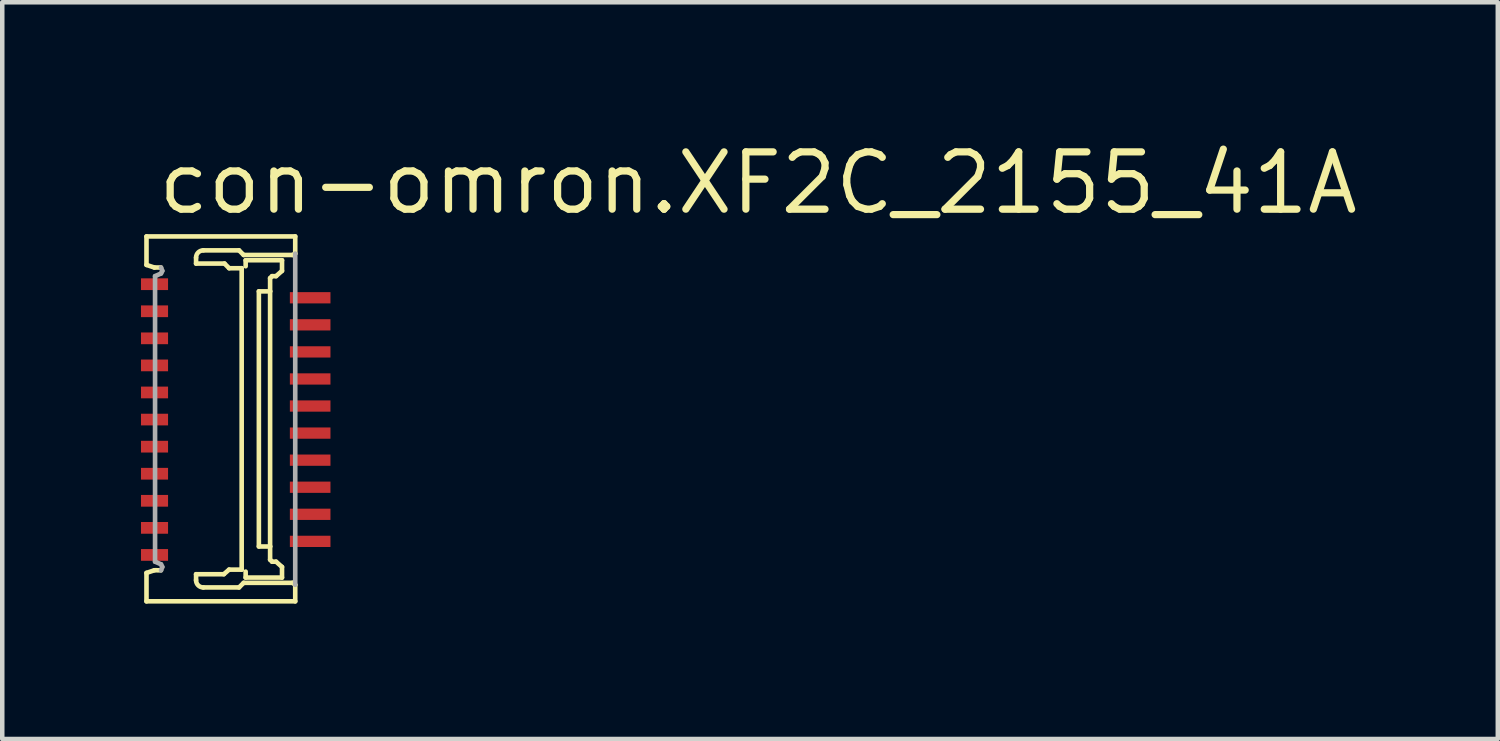
<source format=kicad_pcb>
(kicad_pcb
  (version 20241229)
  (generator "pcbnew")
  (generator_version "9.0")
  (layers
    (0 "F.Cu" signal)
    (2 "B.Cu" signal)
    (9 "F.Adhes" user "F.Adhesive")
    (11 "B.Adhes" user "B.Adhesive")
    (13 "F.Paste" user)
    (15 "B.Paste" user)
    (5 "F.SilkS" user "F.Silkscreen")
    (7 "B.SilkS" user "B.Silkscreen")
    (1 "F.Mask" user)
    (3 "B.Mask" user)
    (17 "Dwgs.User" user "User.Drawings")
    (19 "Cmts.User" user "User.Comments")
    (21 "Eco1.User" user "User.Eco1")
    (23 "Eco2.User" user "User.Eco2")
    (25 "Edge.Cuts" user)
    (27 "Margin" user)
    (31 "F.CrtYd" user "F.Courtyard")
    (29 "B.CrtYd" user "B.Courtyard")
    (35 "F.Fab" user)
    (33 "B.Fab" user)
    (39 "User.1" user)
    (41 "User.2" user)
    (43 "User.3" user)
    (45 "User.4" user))
  (footprint "con-omron.XF2C_2155_41A"
    (layer "F.Cu")
    (at 2.175 6.25)
    (property "Reference" "con-omron.XF2C_2155_41A" (at -1.8 -4.5 0) (layer "F.SilkS") (effects (font (size 1.27 1.27) (thickness 0.16)) (justify left bottom)))
    (attr smd)
    (fp_rect (start -2.15 -2.825) (end -1.45 -3.175) (stroke (width 0.05) (type default)) (fill yes) (layer "F.Mask"))
    (fp_rect (start -2.15 -2.225) (end -1.45 -2.575) (stroke (width 0.05) (type default)) (fill yes) (layer "F.Mask"))
    (fp_rect (start -2.15 -1.625) (end -1.45 -1.975) (stroke (width 0.05) (type default)) (fill yes) (layer "F.Mask"))
    (fp_rect (start -2.15 -1.025) (end -1.45 -1.375) (stroke (width 0.05) (type default)) (fill yes) (layer "F.Mask"))
    (fp_rect (start -2.15 -0.425) (end -1.45 -0.775) (stroke (width 0.05) (type default)) (fill yes) (layer "F.Mask"))
    (fp_rect (start -2.15 0.175) (end -1.45 -0.175) (stroke (width 0.05) (type default)) (fill yes) (layer "F.Mask"))
    (fp_rect (start -2.15 0.775) (end -1.45 0.425) (stroke (width 0.05) (type default)) (fill yes) (layer "F.Mask"))
    (fp_rect (start -2.15 1.375) (end -1.45 1.025) (stroke (width 0.05) (type default)) (fill yes) (layer "F.Mask"))
    (fp_rect (start -2.15 1.975) (end -1.45 1.625) (stroke (width 0.05) (type default)) (fill yes) (layer "F.Mask"))
    (fp_rect (start -2.15 2.575) (end -1.45 2.225) (stroke (width 0.05) (type default)) (fill yes) (layer "F.Mask"))
    (fp_rect (start -2.15 3.175) (end -1.45 2.825) (stroke (width 0.05) (type default)) (fill yes) (layer "F.Mask"))
    (fp_rect (start 1.15 -2.525) (end 2.15 -2.875) (stroke (width 0.05) (type default)) (fill yes) (layer "F.Mask"))
    (fp_rect (start 1.15 -1.925) (end 2.15 -2.275) (stroke (width 0.05) (type default)) (fill yes) (layer "F.Mask"))
    (fp_rect (start 1.15 -1.325) (end 2.15 -1.675) (stroke (width 0.05) (type default)) (fill yes) (layer "F.Mask"))
    (fp_rect (start 1.15 -0.725) (end 2.15 -1.075) (stroke (width 0.05) (type default)) (fill yes) (layer "F.Mask"))
    (fp_rect (start 1.15 -0.125) (end 2.15 -0.475) (stroke (width 0.05) (type default)) (fill yes) (layer "F.Mask"))
    (fp_rect (start 1.15 0.475) (end 2.15 0.125) (stroke (width 0.05) (type default)) (fill yes) (layer "F.Mask"))
    (fp_rect (start 1.15 1.075) (end 2.15 0.725) (stroke (width 0.05) (type default)) (fill yes) (layer "F.Mask"))
    (fp_rect (start 1.15 1.675) (end 2.15 1.325) (stroke (width 0.05) (type default)) (fill yes) (layer "F.Mask"))
    (fp_rect (start 1.15 2.275) (end 2.15 1.925) (stroke (width 0.05) (type default)) (fill yes) (layer "F.Mask"))
    (fp_rect (start 1.15 2.875) (end 2.15 2.525) (stroke (width 0.05) (type default)) (fill yes) (layer "F.Mask"))
    (fp_line (start -1.978 -4.059) (end 1.319 -4.059) (stroke (width 0.102) (type default)) (layer "F.SilkS"))
    (fp_line (start -1.978 -3.428) (end -1.978 -4.059) (stroke (width 0.102) (type default)) (layer "F.SilkS"))
    (fp_line (start -1.978 3.399) (end -1.803 3.34) (stroke (width 0.102) (type default)) (layer "F.SilkS"))
    (fp_line (start -1.978 4.029) (end -1.978 3.399) (stroke (width 0.102) (type default)) (layer "F.SilkS"))
    (fp_line (start -1.803 -3.37) (end -1.978 -3.428) (stroke (width 0.102) (type default)) (layer "F.SilkS"))
    (fp_line (start -1.803 3.34) (end -1.656 3.341) (stroke (width 0.102) (type default)) (layer "F.SilkS"))
    (fp_line (start -1.656 -3.37) (end -1.803 -3.37) (stroke (width 0.102) (type default)) (layer "F.SilkS"))
    (fp_line (start -0.879 -3.59) (end -0.879 -3.458) (stroke (width 0.102) (type default)) (layer "F.SilkS"))
    (fp_line (start -0.879 -3.458) (end -0.249 -3.458) (stroke (width 0.102) (type default)) (layer "F.SilkS"))
    (fp_line (start -0.879 3.428) (end -0.879 3.56) (stroke (width 0.102) (type default)) (layer "F.SilkS"))
    (fp_line (start -0.718 3.721) (end 0.073 3.721) (stroke (width 0.102) (type default)) (layer "F.SilkS"))
    (fp_line (start -0.264 3.428) (end -0.879 3.428) (stroke (width 0.102) (type default)) (layer "F.SilkS"))
    (fp_line (start -0.249 -3.458) (end -0.146 -3.355) (stroke (width 0.102) (type default)) (layer "F.SilkS"))
    (fp_line (start -0.147 3.326) (end -0.264 3.428) (stroke (width 0.102) (type default)) (layer "F.SilkS"))
    (fp_line (start -0.146 -3.355) (end 0.132 -3.355) (stroke (width 0.102) (type default)) (layer "F.SilkS"))
    (fp_line (start 0.073 3.721) (end 0.176 3.619) (stroke (width 0.102) (type default)) (layer "F.SilkS"))
    (fp_line (start 0.073 -3.751) (end -0.718 -3.751) (stroke (width 0.102) (type default)) (layer "F.SilkS"))
    (fp_line (start 0.132 -3.355) (end 0.132 3.326) (stroke (width 0.102) (type default)) (layer "F.SilkS"))
    (fp_line (start 0.132 3.326) (end -0.147 3.326) (stroke (width 0.102) (type default)) (layer "F.SilkS"))
    (fp_line (start 0.176 -3.648) (end 0.073 -3.751) (stroke (width 0.102) (type default)) (layer "F.SilkS"))
    (fp_line (start 0.176 3.619) (end 1.26 3.619) (stroke (width 0.102) (type default)) (layer "F.SilkS"))
    (fp_line (start 0.22 -3.531) (end 0.22 -3.399) (stroke (width 0.102) (type default)) (layer "F.SilkS"))
    (fp_line (start 0.22 3.502) (end 0.22 3.37) (stroke (width 0.102) (type default)) (layer "F.SilkS"))
    (fp_line (start 0.513 -2.842) (end 0.762 -2.842) (stroke (width 0.102) (type default)) (layer "F.SilkS"))
    (fp_line (start 0.513 2.813) (end 0.513 -2.842) (stroke (width 0.102) (type default)) (layer "F.SilkS"))
    (fp_line (start 0.762 -3.135) (end 0.806 -3.179) (stroke (width 0.102) (type default)) (layer "F.SilkS"))
    (fp_line (start 0.762 -2.842) (end 0.762 -3.135) (stroke (width 0.102) (type default)) (layer "F.SilkS"))
    (fp_line (start 0.762 -2.842) (end 0.762 2.813) (stroke (width 0.102) (type default)) (layer "F.SilkS"))
    (fp_line (start 0.762 2.813) (end 0.513 2.813) (stroke (width 0.102) (type default)) (layer "F.SilkS"))
    (fp_line (start 0.762 3.106) (end 0.762 2.813) (stroke (width 0.102) (type default)) (layer "F.SilkS"))
    (fp_line (start 0.806 -3.179) (end 0.894 -3.179) (stroke (width 0.102) (type default)) (layer "F.SilkS"))
    (fp_line (start 0.806 3.15) (end 0.762 3.106) (stroke (width 0.102) (type default)) (layer "F.SilkS"))
    (fp_line (start 0.894 -3.179) (end 1.026 -3.296) (stroke (width 0.102) (type default)) (layer "F.SilkS"))
    (fp_line (start 0.894 3.15) (end 0.806 3.15) (stroke (width 0.102) (type default)) (layer "F.SilkS"))
    (fp_line (start 1.026 -3.531) (end 0.22 -3.531) (stroke (width 0.102) (type default)) (layer "F.SilkS"))
    (fp_line (start 1.026 -3.296) (end 1.026 -3.531) (stroke (width 0.102) (type default)) (layer "F.SilkS"))
    (fp_line (start 1.026 3.267) (end 0.894 3.15) (stroke (width 0.102) (type default)) (layer "F.SilkS"))
    (fp_line (start 1.026 3.502) (end 0.22 3.502) (stroke (width 0.102) (type default)) (layer "F.SilkS"))
    (fp_line (start 1.026 3.502) (end 1.026 3.267) (stroke (width 0.102) (type default)) (layer "F.SilkS"))
    (fp_line (start 1.26 -3.648) (end 0.176 -3.648) (stroke (width 0.102) (type default)) (layer "F.SilkS"))
    (fp_line (start 1.26 3.619) (end 1.319 3.663) (stroke (width 0.102) (type default)) (layer "F.SilkS"))
    (fp_line (start 1.319 -4.059) (end 1.319 -3.678) (stroke (width 0.102) (type default)) (layer "F.SilkS"))
    (fp_line (start 1.319 -3.678) (end 1.26 -3.648) (stroke (width 0.102) (type default)) (layer "F.SilkS"))
    (fp_line (start 1.319 3.663) (end 1.319 4.029) (stroke (width 0.102) (type default)) (layer "F.SilkS"))
    (fp_line (start 1.319 4.029) (end -1.978 4.029) (stroke (width 0.102) (type default)) (layer "F.SilkS"))
    (fp_arc (start -0.8793 -3.5896) (mid -0.832086 -3.703586) (end -0.7181 -3.7508) (stroke (width 0.1016) (type default)) (layer "F.SilkS"))
    (fp_arc (start -0.7181 3.7215) (mid -0.832086 3.674286) (end -0.8793 3.5603) (stroke (width 0.1016) (type default)) (layer "F.SilkS"))
    (fp_line (start -1.788 -3.179) (end -1.656 -3.238) (stroke (width 0.102) (type default)) (layer "F.Fab"))
    (fp_line (start -1.788 3.15) (end -1.788 -3.179) (stroke (width 0.102) (type default)) (layer "F.Fab"))
    (fp_line (start -1.656 3.208) (end -1.788 3.15) (stroke (width 0.102) (type default)) (layer "F.Fab"))
    (fp_line (start -1.656 3.341) (end -1.627 3.267) (stroke (width 0.102) (type default)) (layer "F.Fab"))
    (fp_line (start -1.656 -3.238) (end -1.627 -3.296) (stroke (width 0.102) (type default)) (layer "F.Fab"))
    (fp_line (start -1.627 -3.296) (end -1.656 -3.37) (stroke (width 0.102) (type default)) (layer "F.Fab"))
    (fp_line (start -1.627 3.267) (end -1.656 3.208) (stroke (width 0.102) (type default)) (layer "F.Fab"))
    (fp_line (start 1.319 -3.678) (end 1.319 3.663) (stroke (width 0.102) (type default)) (layer "F.Fab"))
    (pad "1" smd roundrect (at -1.8 -3 270) (size 0.26 0.6) (layers "F.Cu" "F.Mask" "F.Paste") (roundrect_rratio 0.01))
    (pad "2" smd roundrect (at 1.65 -2.7 270) (size 0.25 0.9) (layers "F.Cu" "F.Mask" "F.Paste") (roundrect_rratio 0.01))
    (pad "3" smd roundrect (at -1.8 -2.4 270) (size 0.26 0.6) (layers "F.Cu" "F.Mask" "F.Paste") (roundrect_rratio 0.01))
    (pad "4" smd roundrect (at 1.65 -2.1 270) (size 0.25 0.9) (layers "F.Cu" "F.Mask" "F.Paste") (roundrect_rratio 0.01))
    (pad "5" smd roundrect (at -1.8 -1.8 270) (size 0.26 0.6) (layers "F.Cu" "F.Mask" "F.Paste") (roundrect_rratio 0.01))
    (pad "6" smd roundrect (at 1.65 -1.5 270) (size 0.25 0.9) (layers "F.Cu" "F.Mask" "F.Paste") (roundrect_rratio 0.01))
    (pad "7" smd roundrect (at -1.8 -1.2 270) (size 0.26 0.6) (layers "F.Cu" "F.Mask" "F.Paste") (roundrect_rratio 0.01))
    (pad "8" smd roundrect (at 1.65 -0.9 270) (size 0.25 0.9) (layers "F.Cu" "F.Mask" "F.Paste") (roundrect_rratio 0.01))
    (pad "9" smd roundrect (at -1.8 -0.6 270) (size 0.26 0.6) (layers "F.Cu" "F.Mask" "F.Paste") (roundrect_rratio 0.01))
    (pad "10" smd roundrect (at 1.65 -0.3 270) (size 0.25 0.9) (layers "F.Cu" "F.Mask" "F.Paste") (roundrect_rratio 0.01))
    (pad "11" smd roundrect (at -1.8 0 270) (size 0.26 0.6) (layers "F.Cu" "F.Mask" "F.Paste") (roundrect_rratio 0.01))
    (pad "12" smd roundrect (at 1.65 0.3 270) (size 0.25 0.9) (layers "F.Cu" "F.Mask" "F.Paste") (roundrect_rratio 0.01))
    (pad "13" smd roundrect (at -1.8 0.6 270) (size 0.26 0.6) (layers "F.Cu" "F.Mask" "F.Paste") (roundrect_rratio 0.01))
    (pad "14" smd roundrect (at 1.65 0.9 270) (size 0.25 0.9) (layers "F.Cu" "F.Mask" "F.Paste") (roundrect_rratio 0.01))
    (pad "15" smd roundrect (at -1.8 1.2 270) (size 0.26 0.6) (layers "F.Cu" "F.Mask" "F.Paste") (roundrect_rratio 0.01))
    (pad "16" smd roundrect (at 1.65 1.5 270) (size 0.25 0.9) (layers "F.Cu" "F.Mask" "F.Paste") (roundrect_rratio 0.01))
    (pad "17" smd roundrect (at -1.8 1.8 270) (size 0.26 0.6) (layers "F.Cu" "F.Mask" "F.Paste") (roundrect_rratio 0.01))
    (pad "18" smd roundrect (at 1.65 2.1 270) (size 0.25 0.9) (layers "F.Cu" "F.Mask" "F.Paste") (roundrect_rratio 0.01))
    (pad "19" smd roundrect (at -1.8 2.4 270) (size 0.26 0.6) (layers "F.Cu" "F.Mask" "F.Paste") (roundrect_rratio 0.01))
    (pad "20" smd roundrect (at 1.65 2.7 270) (size 0.25 0.9) (layers "F.Cu" "F.Mask" "F.Paste") (roundrect_rratio 0.01))
    (pad "21" smd roundrect (at -1.8 3 270) (size 0.26 0.6) (layers "F.Cu" "F.Mask" "F.Paste") (roundrect_rratio 0.01)))
  (gr_rect
    (start -3 -3)
    (end 30.15 13.33)
    (stroke (width 0.1) (type default))
    (fill no)
    (layer "Edge.Cuts")))
</source>
